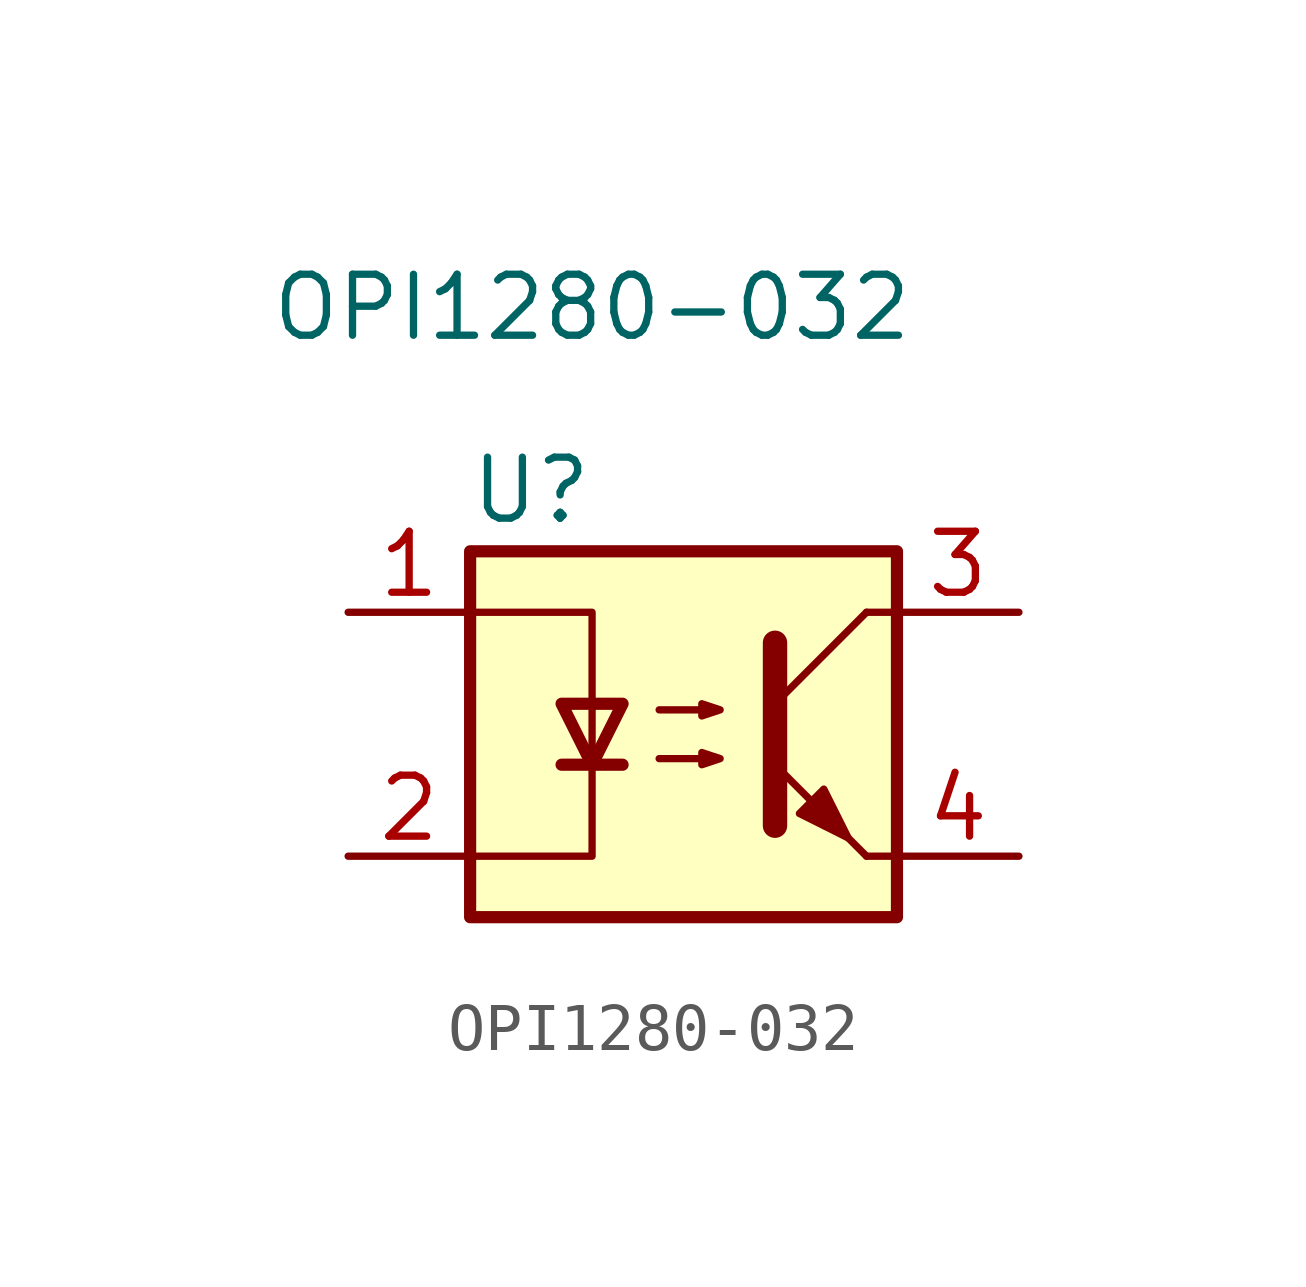
<source format=kicad_sym>
(kicad_symbol_lib
  (version 20220914)
  (generator kicad_symbol_editor)
  (symbol "OPI1280-032"
    (property "Reference" "U"
      (at -2.54 5.08 0)
      (effects (font (size 1.27 1.27))))
    (property "Value" "OPI1280-032"
      (at -1.27 8.89 0)
      (effects (font (size 1.27 1.27))))
    (symbol "OPI1280-032_0_1"
      (rectangle (start -3.81 3.81) (end 5.08 -3.81) (stroke (width 0.254) (type default)) (fill (type background)))
      (polyline (pts (xy -1.905 -0.635) (xy -0.635 -0.635)) (stroke (width 0.254) (type default)) (fill (type none)))
      (polyline (pts (xy -1.27 0.635) (xy -1.27 -0.635)) (stroke (width 0) (type default)) (fill (type none)))
      (polyline (pts (xy 2.54 0.635) (xy 4.445 2.54)) (stroke (width 0) (type default)) (fill (type none)))
      (polyline (pts (xy 4.445 -2.54) (xy 2.54 -0.635)) (stroke (width 0) (type default)) (fill (type outline)))
      (polyline (pts (xy 4.445 -2.54) (xy 5.08 -2.54)) (stroke (width 0) (type default)) (fill (type none)))
      (polyline (pts (xy 4.445 2.54) (xy 5.08 2.54)) (stroke (width 0) (type default)) (fill (type none)))
      (polyline (pts (xy -3.81 2.54) (xy -1.27 2.54) (xy -1.27 0.635)) (stroke (width 0) (type default)) (fill (type none)))
      (polyline (pts (xy -1.27 -0.635) (xy -1.27 -2.54) (xy -3.81 -2.54)) (stroke (width 0) (type default)) (fill (type none)))
      (polyline (pts (xy 2.54 1.905) (xy 2.54 -1.905) (xy 2.54 -1.905)) (stroke (width 0.508) (type default)) (fill (type none)))
      (polyline (pts (xy -1.27 -0.635) (xy -1.905 0.635) (xy -0.635 0.635) (xy -1.27 -0.635)) (stroke (width 0.254) (type default)) (fill (type none)))
      (polyline (pts (xy 0.127 -0.508) (xy 1.397 -0.508) (xy 1.016 -0.635) (xy 1.016 -0.381) (xy 1.397 -0.508)) (stroke (width 0) (type default)) (fill (type none)))
      (polyline (pts (xy 0.127 0.508) (xy 1.397 0.508) (xy 1.016 0.381) (xy 1.016 0.635) (xy 1.397 0.508)) (stroke (width 0) (type default)) (fill (type none)))
      (polyline (pts (xy 3.048 -1.651) (xy 3.556 -1.143) (xy 4.064 -2.159) (xy 3.048 -1.651) (xy 3.048 -1.651)) (stroke (width 0) (type default)) (fill (type outline))))
    (symbol "OPI1280-032_1_1"
      (pin passive line (at -6.35 2.54 0) (length 2.54) (name "~" (effects (font (size 1.27 1.27)))) (number "1" (effects (font (size 1.27 1.27)))))
      (pin passive line (at -6.35 -2.54 0) (length 2.54) (name "~" (effects (font (size 1.27 1.27)))) (number "2" (effects (font (size 1.27 1.27)))))
      (pin passive line (at 7.62 2.54 180) (length 2.54) (name "~" (effects (font (size 1.27 1.27)))) (number "3" (effects (font (size 1.27 1.27)))))
      (pin passive line (at 7.62 -2.54 180) (length 2.54) (name "~" (effects (font (size 1.27 1.27)))) (number "4" (effects (font (size 1.27 1.27))))))))
</source>
